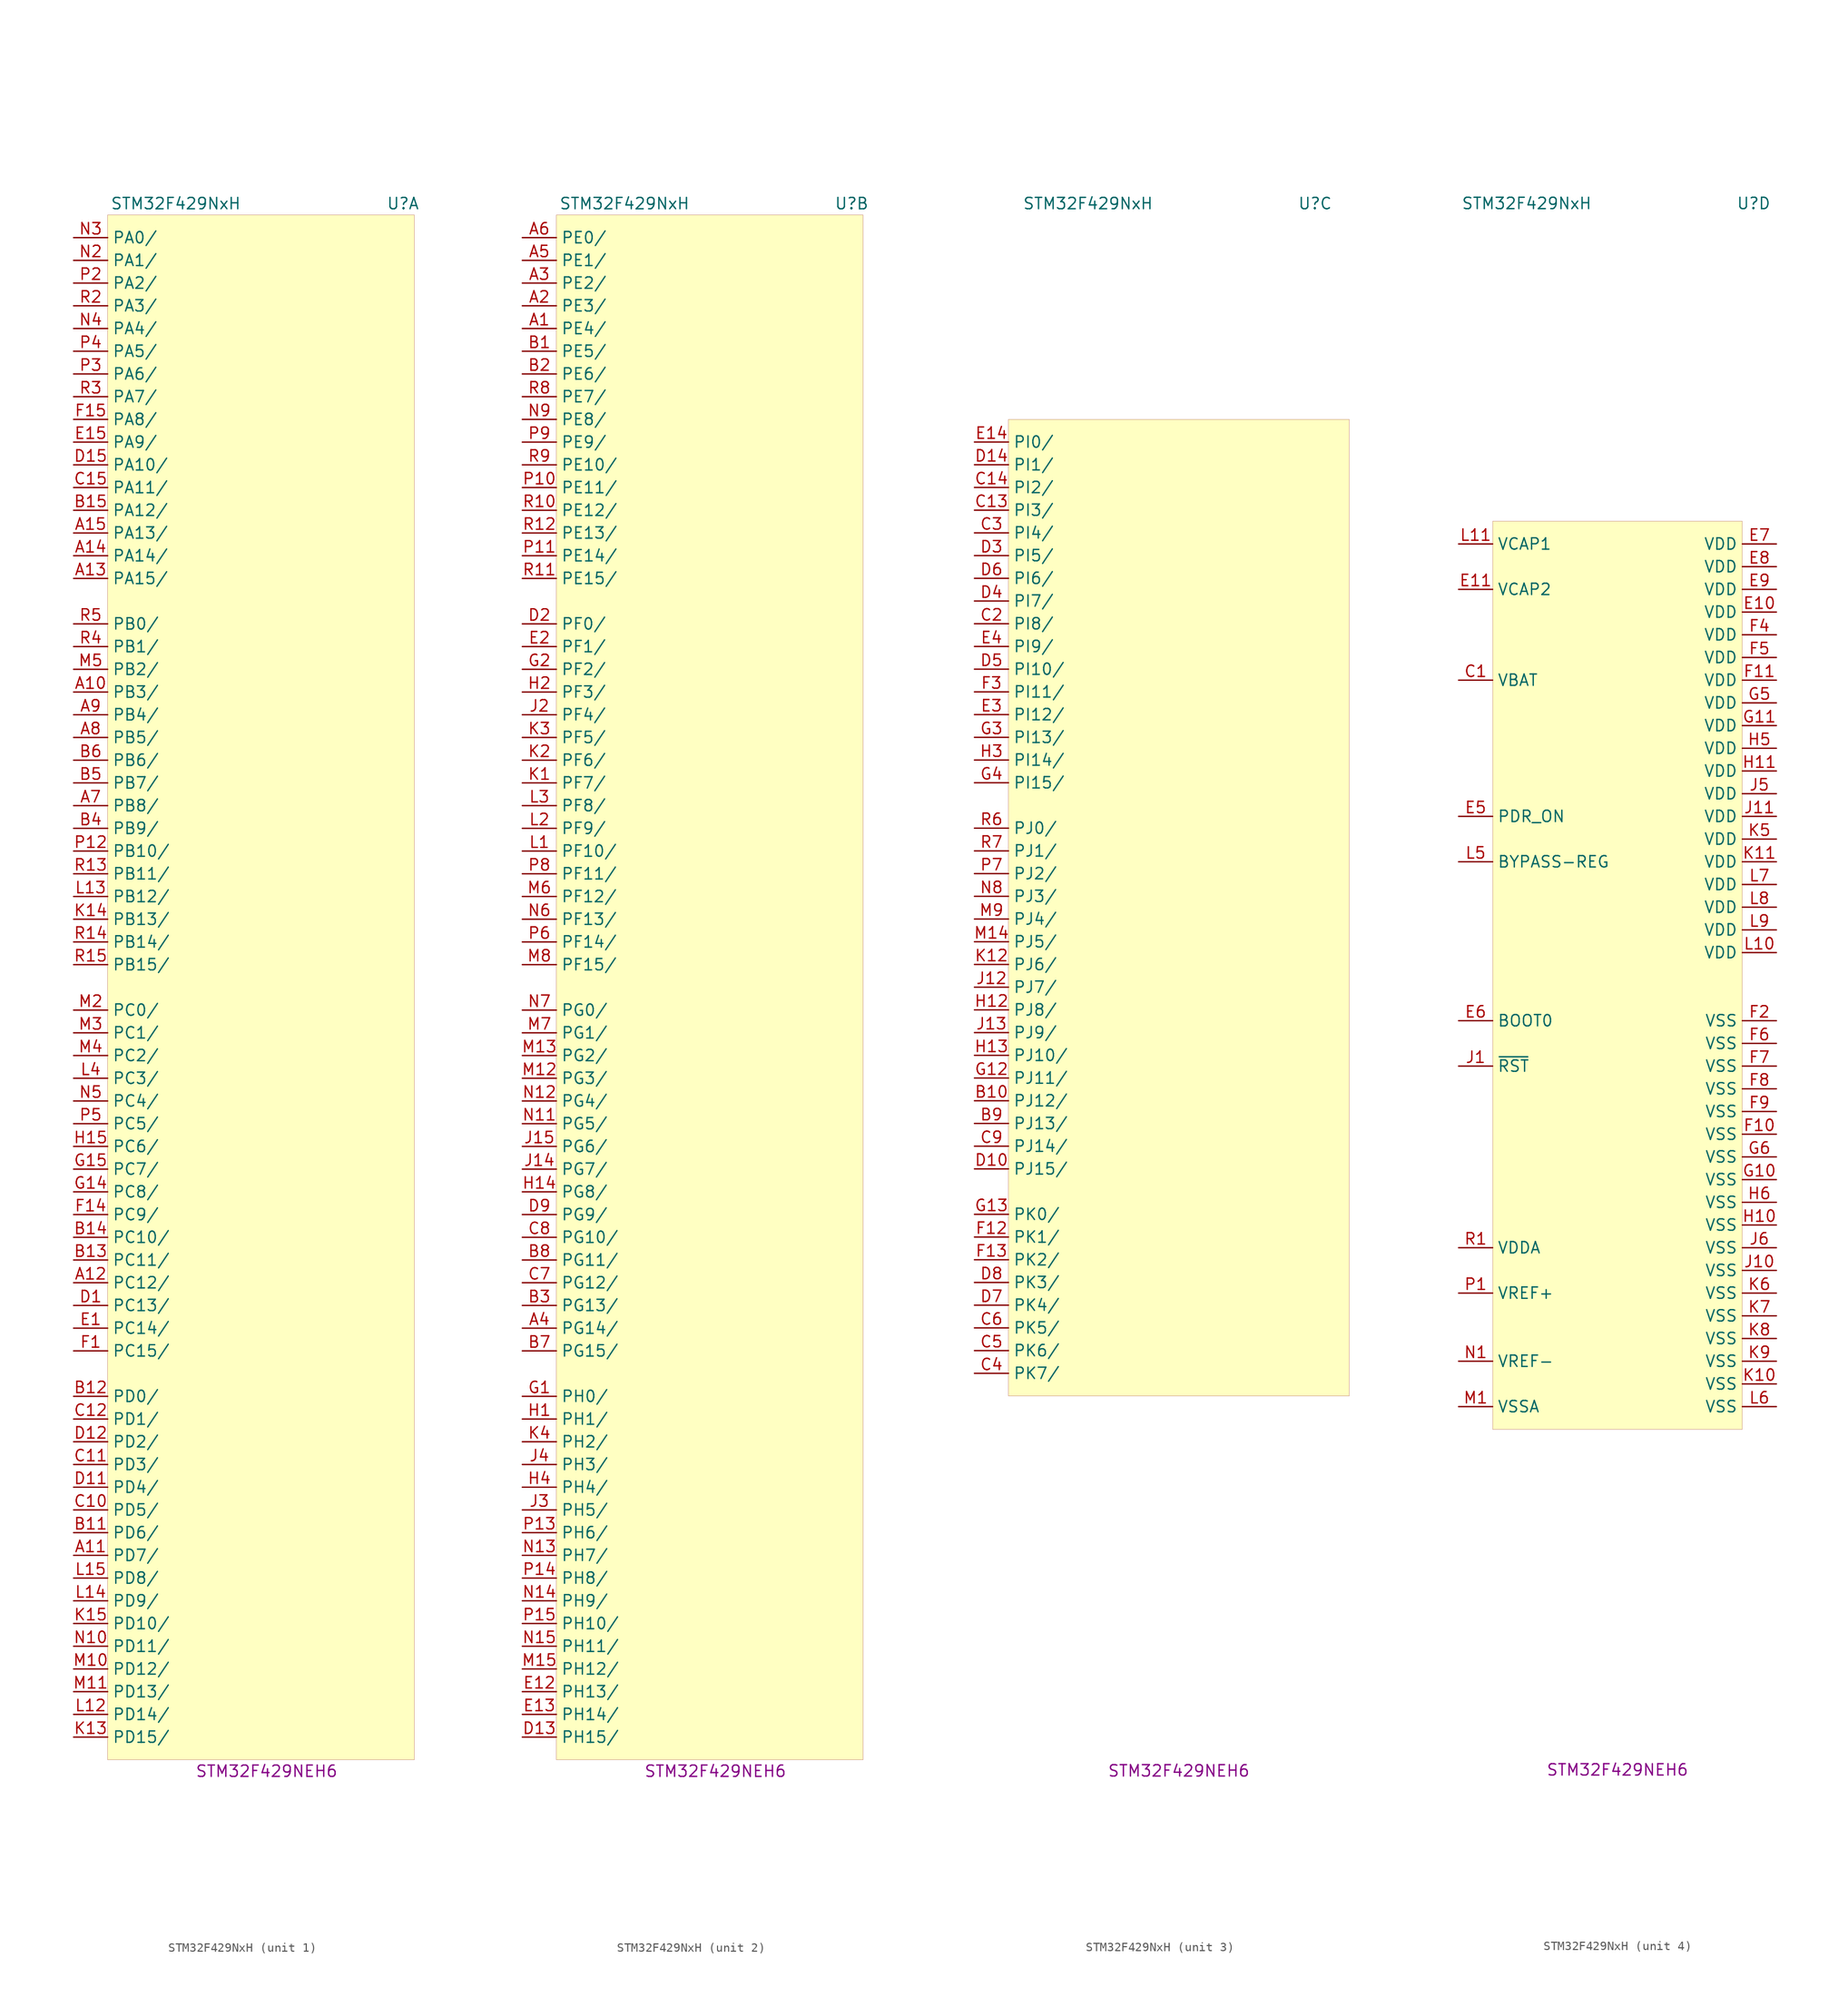
<source format=kicad_sym>
(kicad_symbol_lib
  (version 20231120)
  (generator "kicad_symbol_editor")
  (generator_version "8.0")
  (symbol "STM32F429NxH"
    (property "Reference" "U"
      (at 15.24 87.63 0)
      (effects (font (size 1.27 1.27))))
    (property "Value" "STM32F429NxH"
      (at -10.16 87.63 0)
      (effects (font (size 1.27 1.27))))
    (property "MPN" "STM32F429NEH6"
      (at 0 -87.63 0)
      (effects (font (size 1.27 1.27))))
    (property "ki_locked" ""
      (at 0 0 0)
      (effects (font (size 1.27 1.27))))
    (symbol "STM32F429NxH_1_1"
      (rectangle (start -17.78 86.36) (end 16.51 -86.36) (stroke (width 0.001) (type default)) (fill (type background)))
      (pin bidirectional line (at -21.59 33.02 0) (length 3.81) (name "PB3/" (effects (font (size 1.27 1.27)))) (number "A10" (effects (font (size 1.27 1.27)))))
      (pin bidirectional line (at -21.59 -63.5 0) (length 3.81) (name "PD7/" (effects (font (size 1.27 1.27)))) (number "A11" (effects (font (size 1.27 1.27)))))
      (pin bidirectional line (at -21.59 -33.02 0) (length 3.81) (name "PC12/" (effects (font (size 1.27 1.27)))) (number "A12" (effects (font (size 1.27 1.27)))))
      (pin bidirectional line (at -21.59 45.72 0) (length 3.81) (name "PA15/" (effects (font (size 1.27 1.27)))) (number "A13" (effects (font (size 1.27 1.27)))))
      (pin bidirectional line (at -21.59 48.26 0) (length 3.81) (name "PA14/" (effects (font (size 1.27 1.27)))) (number "A14" (effects (font (size 1.27 1.27)))))
      (pin bidirectional line (at -21.59 50.8 0) (length 3.81) (name "PA13/" (effects (font (size 1.27 1.27)))) (number "A15" (effects (font (size 1.27 1.27)))))
      (pin bidirectional line (at -21.59 20.32 0) (length 3.81) (name "PB8/" (effects (font (size 1.27 1.27)))) (number "A7" (effects (font (size 1.27 1.27)))))
      (pin bidirectional line (at -21.59 27.94 0) (length 3.81) (name "PB5/" (effects (font (size 1.27 1.27)))) (number "A8" (effects (font (size 1.27 1.27)))))
      (pin bidirectional line (at -21.59 30.48 0) (length 3.81) (name "PB4/" (effects (font (size 1.27 1.27)))) (number "A9" (effects (font (size 1.27 1.27)))))
      (pin bidirectional line (at -21.59 -60.96 0) (length 3.81) (name "PD6/" (effects (font (size 1.27 1.27)))) (number "B11" (effects (font (size 1.27 1.27)))))
      (pin bidirectional line (at -21.59 -45.72 0) (length 3.81) (name "PD0/" (effects (font (size 1.27 1.27)))) (number "B12" (effects (font (size 1.27 1.27)))))
      (pin bidirectional line (at -21.59 -30.48 0) (length 3.81) (name "PC11/" (effects (font (size 1.27 1.27)))) (number "B13" (effects (font (size 1.27 1.27)))))
      (pin bidirectional line (at -21.59 -27.94 0) (length 3.81) (name "PC10/" (effects (font (size 1.27 1.27)))) (number "B14" (effects (font (size 1.27 1.27)))))
      (pin bidirectional line (at -21.59 53.34 0) (length 3.81) (name "PA12/" (effects (font (size 1.27 1.27)))) (number "B15" (effects (font (size 1.27 1.27)))))
      (pin bidirectional line (at -21.59 17.78 0) (length 3.81) (name "PB9/" (effects (font (size 1.27 1.27)))) (number "B4" (effects (font (size 1.27 1.27)))))
      (pin bidirectional line (at -21.59 22.86 0) (length 3.81) (name "PB7/" (effects (font (size 1.27 1.27)))) (number "B5" (effects (font (size 1.27 1.27)))))
      (pin bidirectional line (at -21.59 25.4 0) (length 3.81) (name "PB6/" (effects (font (size 1.27 1.27)))) (number "B6" (effects (font (size 1.27 1.27)))))
      (pin bidirectional line (at -21.59 -58.42 0) (length 3.81) (name "PD5/" (effects (font (size 1.27 1.27)))) (number "C10" (effects (font (size 1.27 1.27)))))
      (pin bidirectional line (at -21.59 -53.34 0) (length 3.81) (name "PD3/" (effects (font (size 1.27 1.27)))) (number "C11" (effects (font (size 1.27 1.27)))))
      (pin bidirectional line (at -21.59 -48.26 0) (length 3.81) (name "PD1/" (effects (font (size 1.27 1.27)))) (number "C12" (effects (font (size 1.27 1.27)))))
      (pin bidirectional line (at -21.59 55.88 0) (length 3.81) (name "PA11/" (effects (font (size 1.27 1.27)))) (number "C15" (effects (font (size 1.27 1.27)))))
      (pin bidirectional line (at -21.59 -35.56 0) (length 3.81) (name "PC13/" (effects (font (size 1.27 1.27)))) (number "D1" (effects (font (size 1.27 1.27)))))
      (pin bidirectional line (at -21.59 -55.88 0) (length 3.81) (name "PD4/" (effects (font (size 1.27 1.27)))) (number "D11" (effects (font (size 1.27 1.27)))))
      (pin bidirectional line (at -21.59 -50.8 0) (length 3.81) (name "PD2/" (effects (font (size 1.27 1.27)))) (number "D12" (effects (font (size 1.27 1.27)))))
      (pin bidirectional line (at -21.59 58.42 0) (length 3.81) (name "PA10/" (effects (font (size 1.27 1.27)))) (number "D15" (effects (font (size 1.27 1.27)))))
      (pin bidirectional line (at -21.59 -38.1 0) (length 3.81) (name "PC14/" (effects (font (size 1.27 1.27)))) (number "E1" (effects (font (size 1.27 1.27)))))
      (pin bidirectional line (at -21.59 60.96 0) (length 3.81) (name "PA9/" (effects (font (size 1.27 1.27)))) (number "E15" (effects (font (size 1.27 1.27)))))
      (pin bidirectional line (at -21.59 -40.64 0) (length 3.81) (name "PC15/" (effects (font (size 1.27 1.27)))) (number "F1" (effects (font (size 1.27 1.27)))))
      (pin bidirectional line (at -21.59 -25.4 0) (length 3.81) (name "PC9/" (effects (font (size 1.27 1.27)))) (number "F14" (effects (font (size 1.27 1.27)))))
      (pin bidirectional line (at -21.59 63.5 0) (length 3.81) (name "PA8/" (effects (font (size 1.27 1.27)))) (number "F15" (effects (font (size 1.27 1.27)))))
      (pin bidirectional line (at -21.59 -22.86 0) (length 3.81) (name "PC8/" (effects (font (size 1.27 1.27)))) (number "G14" (effects (font (size 1.27 1.27)))))
      (pin bidirectional line (at -21.59 -20.32 0) (length 3.81) (name "PC7/" (effects (font (size 1.27 1.27)))) (number "G15" (effects (font (size 1.27 1.27)))))
      (pin bidirectional line (at -21.59 -17.78 0) (length 3.81) (name "PC6/" (effects (font (size 1.27 1.27)))) (number "H15" (effects (font (size 1.27 1.27)))))
      (pin bidirectional line (at -21.59 -83.82 0) (length 3.81) (name "PD15/" (effects (font (size 1.27 1.27)))) (number "K13" (effects (font (size 1.27 1.27)))))
      (pin bidirectional line (at -21.59 7.62 0) (length 3.81) (name "PB13/" (effects (font (size 1.27 1.27)))) (number "K14" (effects (font (size 1.27 1.27)))))
      (pin bidirectional line (at -21.59 -71.12 0) (length 3.81) (name "PD10/" (effects (font (size 1.27 1.27)))) (number "K15" (effects (font (size 1.27 1.27)))))
      (pin bidirectional line (at -21.59 -81.28 0) (length 3.81) (name "PD14/" (effects (font (size 1.27 1.27)))) (number "L12" (effects (font (size 1.27 1.27)))))
      (pin bidirectional line (at -21.59 10.16 0) (length 3.81) (name "PB12/" (effects (font (size 1.27 1.27)))) (number "L13" (effects (font (size 1.27 1.27)))))
      (pin bidirectional line (at -21.59 -68.58 0) (length 3.81) (name "PD9/" (effects (font (size 1.27 1.27)))) (number "L14" (effects (font (size 1.27 1.27)))))
      (pin bidirectional line (at -21.59 -66.04 0) (length 3.81) (name "PD8/" (effects (font (size 1.27 1.27)))) (number "L15" (effects (font (size 1.27 1.27)))))
      (pin bidirectional line (at -21.59 -10.16 0) (length 3.81) (name "PC3/" (effects (font (size 1.27 1.27)))) (number "L4" (effects (font (size 1.27 1.27)))))
      (pin bidirectional line (at -21.59 -76.2 0) (length 3.81) (name "PD12/" (effects (font (size 1.27 1.27)))) (number "M10" (effects (font (size 1.27 1.27)))))
      (pin bidirectional line (at -21.59 -78.74 0) (length 3.81) (name "PD13/" (effects (font (size 1.27 1.27)))) (number "M11" (effects (font (size 1.27 1.27)))))
      (pin bidirectional line (at -21.59 -2.54 0) (length 3.81) (name "PC0/" (effects (font (size 1.27 1.27)))) (number "M2" (effects (font (size 1.27 1.27)))))
      (pin bidirectional line (at -21.59 -5.08 0) (length 3.81) (name "PC1/" (effects (font (size 1.27 1.27)))) (number "M3" (effects (font (size 1.27 1.27)))))
      (pin bidirectional line (at -21.59 -7.62 0) (length 3.81) (name "PC2/" (effects (font (size 1.27 1.27)))) (number "M4" (effects (font (size 1.27 1.27)))))
      (pin bidirectional line (at -21.59 35.56 0) (length 3.81) (name "PB2/" (effects (font (size 1.27 1.27)))) (number "M5" (effects (font (size 1.27 1.27)))))
      (pin bidirectional line (at -21.59 -73.66 0) (length 3.81) (name "PD11/" (effects (font (size 1.27 1.27)))) (number "N10" (effects (font (size 1.27 1.27)))))
      (pin bidirectional line (at -21.59 81.28 0) (length 3.81) (name "PA1/" (effects (font (size 1.27 1.27)))) (number "N2" (effects (font (size 1.27 1.27)))))
      (pin bidirectional line (at -21.59 83.82 0) (length 3.81) (name "PA0/" (effects (font (size 1.27 1.27)))) (number "N3" (effects (font (size 1.27 1.27)))))
      (pin bidirectional line (at -21.59 73.66 0) (length 3.81) (name "PA4/" (effects (font (size 1.27 1.27)))) (number "N4" (effects (font (size 1.27 1.27)))))
      (pin bidirectional line (at -21.59 -12.7 0) (length 3.81) (name "PC4/" (effects (font (size 1.27 1.27)))) (number "N5" (effects (font (size 1.27 1.27)))))
      (pin bidirectional line (at -21.59 15.24 0) (length 3.81) (name "PB10/" (effects (font (size 1.27 1.27)))) (number "P12" (effects (font (size 1.27 1.27)))))
      (pin bidirectional line (at -21.59 78.74 0) (length 3.81) (name "PA2/" (effects (font (size 1.27 1.27)))) (number "P2" (effects (font (size 1.27 1.27)))))
      (pin bidirectional line (at -21.59 68.58 0) (length 3.81) (name "PA6/" (effects (font (size 1.27 1.27)))) (number "P3" (effects (font (size 1.27 1.27)))))
      (pin bidirectional line (at -21.59 71.12 0) (length 3.81) (name "PA5/" (effects (font (size 1.27 1.27)))) (number "P4" (effects (font (size 1.27 1.27)))))
      (pin bidirectional line (at -21.59 -15.24 0) (length 3.81) (name "PC5/" (effects (font (size 1.27 1.27)))) (number "P5" (effects (font (size 1.27 1.27)))))
      (pin bidirectional line (at -21.59 12.7 0) (length 3.81) (name "PB11/" (effects (font (size 1.27 1.27)))) (number "R13" (effects (font (size 1.27 1.27)))))
      (pin bidirectional line (at -21.59 5.08 0) (length 3.81) (name "PB14/" (effects (font (size 1.27 1.27)))) (number "R14" (effects (font (size 1.27 1.27)))))
      (pin bidirectional line (at -21.59 2.54 0) (length 3.81) (name "PB15/" (effects (font (size 1.27 1.27)))) (number "R15" (effects (font (size 1.27 1.27)))))
      (pin bidirectional line (at -21.59 76.2 0) (length 3.81) (name "PA3/" (effects (font (size 1.27 1.27)))) (number "R2" (effects (font (size 1.27 1.27)))))
      (pin bidirectional line (at -21.59 66.04 0) (length 3.81) (name "PA7/" (effects (font (size 1.27 1.27)))) (number "R3" (effects (font (size 1.27 1.27)))))
      (pin bidirectional line (at -21.59 38.1 0) (length 3.81) (name "PB1/" (effects (font (size 1.27 1.27)))) (number "R4" (effects (font (size 1.27 1.27)))))
      (pin bidirectional line (at -21.59 40.64 0) (length 3.81) (name "PB0/" (effects (font (size 1.27 1.27)))) (number "R5" (effects (font (size 1.27 1.27))))))
    (symbol "STM32F429NxH_2_1"
      (rectangle (start -17.78 86.36) (end 16.51 -86.36) (stroke (width 0.001) (type default)) (fill (type background)))
      (pin bidirectional line (at -21.59 73.66 0) (length 3.81) (name "PE4/" (effects (font (size 1.27 1.27)))) (number "A1" (effects (font (size 1.27 1.27)))))
      (pin bidirectional line (at -21.59 76.2 0) (length 3.81) (name "PE3/" (effects (font (size 1.27 1.27)))) (number "A2" (effects (font (size 1.27 1.27)))))
      (pin bidirectional line (at -21.59 78.74 0) (length 3.81) (name "PE2/" (effects (font (size 1.27 1.27)))) (number "A3" (effects (font (size 1.27 1.27)))))
      (pin bidirectional line (at -21.59 -38.1 0) (length 3.81) (name "PG14/" (effects (font (size 1.27 1.27)))) (number "A4" (effects (font (size 1.27 1.27)))))
      (pin bidirectional line (at -21.59 81.28 0) (length 3.81) (name "PE1/" (effects (font (size 1.27 1.27)))) (number "A5" (effects (font (size 1.27 1.27)))))
      (pin bidirectional line (at -21.59 83.82 0) (length 3.81) (name "PE0/" (effects (font (size 1.27 1.27)))) (number "A6" (effects (font (size 1.27 1.27)))))
      (pin bidirectional line (at -21.59 71.12 0) (length 3.81) (name "PE5/" (effects (font (size 1.27 1.27)))) (number "B1" (effects (font (size 1.27 1.27)))))
      (pin bidirectional line (at -21.59 68.58 0) (length 3.81) (name "PE6/" (effects (font (size 1.27 1.27)))) (number "B2" (effects (font (size 1.27 1.27)))))
      (pin bidirectional line (at -21.59 -35.56 0) (length 3.81) (name "PG13/" (effects (font (size 1.27 1.27)))) (number "B3" (effects (font (size 1.27 1.27)))))
      (pin bidirectional line (at -21.59 -40.64 0) (length 3.81) (name "PG15/" (effects (font (size 1.27 1.27)))) (number "B7" (effects (font (size 1.27 1.27)))))
      (pin bidirectional line (at -21.59 -30.48 0) (length 3.81) (name "PG11/" (effects (font (size 1.27 1.27)))) (number "B8" (effects (font (size 1.27 1.27)))))
      (pin bidirectional line (at -21.59 -33.02 0) (length 3.81) (name "PG12/" (effects (font (size 1.27 1.27)))) (number "C7" (effects (font (size 1.27 1.27)))))
      (pin bidirectional line (at -21.59 -27.94 0) (length 3.81) (name "PG10/" (effects (font (size 1.27 1.27)))) (number "C8" (effects (font (size 1.27 1.27)))))
      (pin bidirectional line (at -21.59 -83.82 0) (length 3.81) (name "PH15/" (effects (font (size 1.27 1.27)))) (number "D13" (effects (font (size 1.27 1.27)))))
      (pin bidirectional line (at -21.59 40.64 0) (length 3.81) (name "PF0/" (effects (font (size 1.27 1.27)))) (number "D2" (effects (font (size 1.27 1.27)))))
      (pin bidirectional line (at -21.59 -25.4 0) (length 3.81) (name "PG9/" (effects (font (size 1.27 1.27)))) (number "D9" (effects (font (size 1.27 1.27)))))
      (pin bidirectional line (at -21.59 -78.74 0) (length 3.81) (name "PH13/" (effects (font (size 1.27 1.27)))) (number "E12" (effects (font (size 1.27 1.27)))))
      (pin bidirectional line (at -21.59 -81.28 0) (length 3.81) (name "PH14/" (effects (font (size 1.27 1.27)))) (number "E13" (effects (font (size 1.27 1.27)))))
      (pin bidirectional line (at -21.59 38.1 0) (length 3.81) (name "PF1/" (effects (font (size 1.27 1.27)))) (number "E2" (effects (font (size 1.27 1.27)))))
      (pin bidirectional line (at -21.59 -45.72 0) (length 3.81) (name "PH0/" (effects (font (size 1.27 1.27)))) (number "G1" (effects (font (size 1.27 1.27)))))
      (pin bidirectional line (at -21.59 35.56 0) (length 3.81) (name "PF2/" (effects (font (size 1.27 1.27)))) (number "G2" (effects (font (size 1.27 1.27)))))
      (pin bidirectional line (at -21.59 -48.26 0) (length 3.81) (name "PH1/" (effects (font (size 1.27 1.27)))) (number "H1" (effects (font (size 1.27 1.27)))))
      (pin bidirectional line (at -21.59 -22.86 0) (length 3.81) (name "PG8/" (effects (font (size 1.27 1.27)))) (number "H14" (effects (font (size 1.27 1.27)))))
      (pin bidirectional line (at -21.59 33.02 0) (length 3.81) (name "PF3/" (effects (font (size 1.27 1.27)))) (number "H2" (effects (font (size 1.27 1.27)))))
      (pin bidirectional line (at -21.59 -55.88 0) (length 3.81) (name "PH4/" (effects (font (size 1.27 1.27)))) (number "H4" (effects (font (size 1.27 1.27)))))
      (pin bidirectional line (at -21.59 -20.32 0) (length 3.81) (name "PG7/" (effects (font (size 1.27 1.27)))) (number "J14" (effects (font (size 1.27 1.27)))))
      (pin bidirectional line (at -21.59 -17.78 0) (length 3.81) (name "PG6/" (effects (font (size 1.27 1.27)))) (number "J15" (effects (font (size 1.27 1.27)))))
      (pin bidirectional line (at -21.59 30.48 0) (length 3.81) (name "PF4/" (effects (font (size 1.27 1.27)))) (number "J2" (effects (font (size 1.27 1.27)))))
      (pin bidirectional line (at -21.59 -58.42 0) (length 3.81) (name "PH5/" (effects (font (size 1.27 1.27)))) (number "J3" (effects (font (size 1.27 1.27)))))
      (pin bidirectional line (at -21.59 -53.34 0) (length 3.81) (name "PH3/" (effects (font (size 1.27 1.27)))) (number "J4" (effects (font (size 1.27 1.27)))))
      (pin bidirectional line (at -21.59 22.86 0) (length 3.81) (name "PF7/" (effects (font (size 1.27 1.27)))) (number "K1" (effects (font (size 1.27 1.27)))))
      (pin bidirectional line (at -21.59 25.4 0) (length 3.81) (name "PF6/" (effects (font (size 1.27 1.27)))) (number "K2" (effects (font (size 1.27 1.27)))))
      (pin bidirectional line (at -21.59 27.94 0) (length 3.81) (name "PF5/" (effects (font (size 1.27 1.27)))) (number "K3" (effects (font (size 1.27 1.27)))))
      (pin bidirectional line (at -21.59 -50.8 0) (length 3.81) (name "PH2/" (effects (font (size 1.27 1.27)))) (number "K4" (effects (font (size 1.27 1.27)))))
      (pin bidirectional line (at -21.59 15.24 0) (length 3.81) (name "PF10/" (effects (font (size 1.27 1.27)))) (number "L1" (effects (font (size 1.27 1.27)))))
      (pin bidirectional line (at -21.59 17.78 0) (length 3.81) (name "PF9/" (effects (font (size 1.27 1.27)))) (number "L2" (effects (font (size 1.27 1.27)))))
      (pin bidirectional line (at -21.59 20.32 0) (length 3.81) (name "PF8/" (effects (font (size 1.27 1.27)))) (number "L3" (effects (font (size 1.27 1.27)))))
      (pin bidirectional line (at -21.59 -10.16 0) (length 3.81) (name "PG3/" (effects (font (size 1.27 1.27)))) (number "M12" (effects (font (size 1.27 1.27)))))
      (pin bidirectional line (at -21.59 -7.62 0) (length 3.81) (name "PG2/" (effects (font (size 1.27 1.27)))) (number "M13" (effects (font (size 1.27 1.27)))))
      (pin bidirectional line (at -21.59 -76.2 0) (length 3.81) (name "PH12/" (effects (font (size 1.27 1.27)))) (number "M15" (effects (font (size 1.27 1.27)))))
      (pin bidirectional line (at -21.59 10.16 0) (length 3.81) (name "PF12/" (effects (font (size 1.27 1.27)))) (number "M6" (effects (font (size 1.27 1.27)))))
      (pin bidirectional line (at -21.59 -5.08 0) (length 3.81) (name "PG1/" (effects (font (size 1.27 1.27)))) (number "M7" (effects (font (size 1.27 1.27)))))
      (pin bidirectional line (at -21.59 2.54 0) (length 3.81) (name "PF15/" (effects (font (size 1.27 1.27)))) (number "M8" (effects (font (size 1.27 1.27)))))
      (pin bidirectional line (at -21.59 -15.24 0) (length 3.81) (name "PG5/" (effects (font (size 1.27 1.27)))) (number "N11" (effects (font (size 1.27 1.27)))))
      (pin bidirectional line (at -21.59 -12.7 0) (length 3.81) (name "PG4/" (effects (font (size 1.27 1.27)))) (number "N12" (effects (font (size 1.27 1.27)))))
      (pin bidirectional line (at -21.59 -63.5 0) (length 3.81) (name "PH7/" (effects (font (size 1.27 1.27)))) (number "N13" (effects (font (size 1.27 1.27)))))
      (pin bidirectional line (at -21.59 -68.58 0) (length 3.81) (name "PH9/" (effects (font (size 1.27 1.27)))) (number "N14" (effects (font (size 1.27 1.27)))))
      (pin bidirectional line (at -21.59 -73.66 0) (length 3.81) (name "PH11/" (effects (font (size 1.27 1.27)))) (number "N15" (effects (font (size 1.27 1.27)))))
      (pin bidirectional line (at -21.59 7.62 0) (length 3.81) (name "PF13/" (effects (font (size 1.27 1.27)))) (number "N6" (effects (font (size 1.27 1.27)))))
      (pin bidirectional line (at -21.59 -2.54 0) (length 3.81) (name "PG0/" (effects (font (size 1.27 1.27)))) (number "N7" (effects (font (size 1.27 1.27)))))
      (pin bidirectional line (at -21.59 63.5 0) (length 3.81) (name "PE8/" (effects (font (size 1.27 1.27)))) (number "N9" (effects (font (size 1.27 1.27)))))
      (pin bidirectional line (at -21.59 55.88 0) (length 3.81) (name "PE11/" (effects (font (size 1.27 1.27)))) (number "P10" (effects (font (size 1.27 1.27)))))
      (pin bidirectional line (at -21.59 48.26 0) (length 3.81) (name "PE14/" (effects (font (size 1.27 1.27)))) (number "P11" (effects (font (size 1.27 1.27)))))
      (pin bidirectional line (at -21.59 -60.96 0) (length 3.81) (name "PH6/" (effects (font (size 1.27 1.27)))) (number "P13" (effects (font (size 1.27 1.27)))))
      (pin bidirectional line (at -21.59 -66.04 0) (length 3.81) (name "PH8/" (effects (font (size 1.27 1.27)))) (number "P14" (effects (font (size 1.27 1.27)))))
      (pin bidirectional line (at -21.59 -71.12 0) (length 3.81) (name "PH10/" (effects (font (size 1.27 1.27)))) (number "P15" (effects (font (size 1.27 1.27)))))
      (pin bidirectional line (at -21.59 5.08 0) (length 3.81) (name "PF14/" (effects (font (size 1.27 1.27)))) (number "P6" (effects (font (size 1.27 1.27)))))
      (pin bidirectional line (at -21.59 12.7 0) (length 3.81) (name "PF11/" (effects (font (size 1.27 1.27)))) (number "P8" (effects (font (size 1.27 1.27)))))
      (pin bidirectional line (at -21.59 60.96 0) (length 3.81) (name "PE9/" (effects (font (size 1.27 1.27)))) (number "P9" (effects (font (size 1.27 1.27)))))
      (pin bidirectional line (at -21.59 53.34 0) (length 3.81) (name "PE12/" (effects (font (size 1.27 1.27)))) (number "R10" (effects (font (size 1.27 1.27)))))
      (pin bidirectional line (at -21.59 45.72 0) (length 3.81) (name "PE15/" (effects (font (size 1.27 1.27)))) (number "R11" (effects (font (size 1.27 1.27)))))
      (pin bidirectional line (at -21.59 50.8 0) (length 3.81) (name "PE13/" (effects (font (size 1.27 1.27)))) (number "R12" (effects (font (size 1.27 1.27)))))
      (pin bidirectional line (at -21.59 66.04 0) (length 3.81) (name "PE7/" (effects (font (size 1.27 1.27)))) (number "R8" (effects (font (size 1.27 1.27)))))
      (pin bidirectional line (at -21.59 58.42 0) (length 3.81) (name "PE10/" (effects (font (size 1.27 1.27)))) (number "R9" (effects (font (size 1.27 1.27))))))
    (symbol "STM32F429NxH_3_1"
      (rectangle (start -19.05 63.5) (end 19.05 -45.72) (stroke (width 0.001) (type default)) (fill (type background)))
      (pin bidirectional line (at -22.86 -12.7 0) (length 3.81) (name "PJ12/" (effects (font (size 1.27 1.27)))) (number "B10" (effects (font (size 1.27 1.27)))))
      (pin bidirectional line (at -22.86 -15.24 0) (length 3.81) (name "PJ13/" (effects (font (size 1.27 1.27)))) (number "B9" (effects (font (size 1.27 1.27)))))
      (pin bidirectional line (at -22.86 53.34 0) (length 3.81) (name "PI3/" (effects (font (size 1.27 1.27)))) (number "C13" (effects (font (size 1.27 1.27)))))
      (pin bidirectional line (at -22.86 55.88 0) (length 3.81) (name "PI2/" (effects (font (size 1.27 1.27)))) (number "C14" (effects (font (size 1.27 1.27)))))
      (pin bidirectional line (at -22.86 40.64 0) (length 3.81) (name "PI8/" (effects (font (size 1.27 1.27)))) (number "C2" (effects (font (size 1.27 1.27)))))
      (pin bidirectional line (at -22.86 50.8 0) (length 3.81) (name "PI4/" (effects (font (size 1.27 1.27)))) (number "C3" (effects (font (size 1.27 1.27)))))
      (pin bidirectional line (at -22.86 -43.18 0) (length 3.81) (name "PK7/" (effects (font (size 1.27 1.27)))) (number "C4" (effects (font (size 1.27 1.27)))))
      (pin bidirectional line (at -22.86 -40.64 0) (length 3.81) (name "PK6/" (effects (font (size 1.27 1.27)))) (number "C5" (effects (font (size 1.27 1.27)))))
      (pin bidirectional line (at -22.86 -38.1 0) (length 3.81) (name "PK5/" (effects (font (size 1.27 1.27)))) (number "C6" (effects (font (size 1.27 1.27)))))
      (pin bidirectional line (at -22.86 -17.78 0) (length 3.81) (name "PJ14/" (effects (font (size 1.27 1.27)))) (number "C9" (effects (font (size 1.27 1.27)))))
      (pin bidirectional line (at -22.86 -20.32 0) (length 3.81) (name "PJ15/" (effects (font (size 1.27 1.27)))) (number "D10" (effects (font (size 1.27 1.27)))))
      (pin bidirectional line (at -22.86 58.42 0) (length 3.81) (name "PI1/" (effects (font (size 1.27 1.27)))) (number "D14" (effects (font (size 1.27 1.27)))))
      (pin bidirectional line (at -22.86 48.26 0) (length 3.81) (name "PI5/" (effects (font (size 1.27 1.27)))) (number "D3" (effects (font (size 1.27 1.27)))))
      (pin bidirectional line (at -22.86 43.18 0) (length 3.81) (name "PI7/" (effects (font (size 1.27 1.27)))) (number "D4" (effects (font (size 1.27 1.27)))))
      (pin bidirectional line (at -22.86 35.56 0) (length 3.81) (name "PI10/" (effects (font (size 1.27 1.27)))) (number "D5" (effects (font (size 1.27 1.27)))))
      (pin bidirectional line (at -22.86 45.72 0) (length 3.81) (name "PI6/" (effects (font (size 1.27 1.27)))) (number "D6" (effects (font (size 1.27 1.27)))))
      (pin bidirectional line (at -22.86 -35.56 0) (length 3.81) (name "PK4/" (effects (font (size 1.27 1.27)))) (number "D7" (effects (font (size 1.27 1.27)))))
      (pin bidirectional line (at -22.86 -33.02 0) (length 3.81) (name "PK3/" (effects (font (size 1.27 1.27)))) (number "D8" (effects (font (size 1.27 1.27)))))
      (pin bidirectional line (at -22.86 60.96 0) (length 3.81) (name "PI0/" (effects (font (size 1.27 1.27)))) (number "E14" (effects (font (size 1.27 1.27)))))
      (pin bidirectional line (at -22.86 30.48 0) (length 3.81) (name "PI12/" (effects (font (size 1.27 1.27)))) (number "E3" (effects (font (size 1.27 1.27)))))
      (pin bidirectional line (at -22.86 38.1 0) (length 3.81) (name "PI9/" (effects (font (size 1.27 1.27)))) (number "E4" (effects (font (size 1.27 1.27)))))
      (pin bidirectional line (at -22.86 -27.94 0) (length 3.81) (name "PK1/" (effects (font (size 1.27 1.27)))) (number "F12" (effects (font (size 1.27 1.27)))))
      (pin bidirectional line (at -22.86 -30.48 0) (length 3.81) (name "PK2/" (effects (font (size 1.27 1.27)))) (number "F13" (effects (font (size 1.27 1.27)))))
      (pin bidirectional line (at -22.86 33.02 0) (length 3.81) (name "PI11/" (effects (font (size 1.27 1.27)))) (number "F3" (effects (font (size 1.27 1.27)))))
      (pin bidirectional line (at -22.86 -10.16 0) (length 3.81) (name "PJ11/" (effects (font (size 1.27 1.27)))) (number "G12" (effects (font (size 1.27 1.27)))))
      (pin bidirectional line (at -22.86 -25.4 0) (length 3.81) (name "PK0/" (effects (font (size 1.27 1.27)))) (number "G13" (effects (font (size 1.27 1.27)))))
      (pin bidirectional line (at -22.86 27.94 0) (length 3.81) (name "PI13/" (effects (font (size 1.27 1.27)))) (number "G3" (effects (font (size 1.27 1.27)))))
      (pin bidirectional line (at -22.86 22.86 0) (length 3.81) (name "PI15/" (effects (font (size 1.27 1.27)))) (number "G4" (effects (font (size 1.27 1.27)))))
      (pin bidirectional line (at -22.86 -2.54 0) (length 3.81) (name "PJ8/" (effects (font (size 1.27 1.27)))) (number "H12" (effects (font (size 1.27 1.27)))))
      (pin bidirectional line (at -22.86 -7.62 0) (length 3.81) (name "PJ10/" (effects (font (size 1.27 1.27)))) (number "H13" (effects (font (size 1.27 1.27)))))
      (pin bidirectional line (at -22.86 25.4 0) (length 3.81) (name "PI14/" (effects (font (size 1.27 1.27)))) (number "H3" (effects (font (size 1.27 1.27)))))
      (pin bidirectional line (at -22.86 0 0) (length 3.81) (name "PJ7/" (effects (font (size 1.27 1.27)))) (number "J12" (effects (font (size 1.27 1.27)))))
      (pin bidirectional line (at -22.86 -5.08 0) (length 3.81) (name "PJ9/" (effects (font (size 1.27 1.27)))) (number "J13" (effects (font (size 1.27 1.27)))))
      (pin bidirectional line (at -22.86 2.54 0) (length 3.81) (name "PJ6/" (effects (font (size 1.27 1.27)))) (number "K12" (effects (font (size 1.27 1.27)))))
      (pin bidirectional line (at -22.86 5.08 0) (length 3.81) (name "PJ5/" (effects (font (size 1.27 1.27)))) (number "M14" (effects (font (size 1.27 1.27)))))
      (pin bidirectional line (at -22.86 7.62 0) (length 3.81) (name "PJ4/" (effects (font (size 1.27 1.27)))) (number "M9" (effects (font (size 1.27 1.27)))))
      (pin bidirectional line (at -22.86 10.16 0) (length 3.81) (name "PJ3/" (effects (font (size 1.27 1.27)))) (number "N8" (effects (font (size 1.27 1.27)))))
      (pin bidirectional line (at -22.86 12.7 0) (length 3.81) (name "PJ2/" (effects (font (size 1.27 1.27)))) (number "P7" (effects (font (size 1.27 1.27)))))
      (pin bidirectional line (at -22.86 17.78 0) (length 3.81) (name "PJ0/" (effects (font (size 1.27 1.27)))) (number "R6" (effects (font (size 1.27 1.27)))))
      (pin bidirectional line (at -22.86 15.24 0) (length 3.81) (name "PJ1/" (effects (font (size 1.27 1.27)))) (number "R7" (effects (font (size 1.27 1.27))))))
    (symbol "STM32F429NxH_4_1"
      (rectangle (start -13.97 52.07) (end 13.97 -49.53) (stroke (width 0.001) (type default)) (fill (type background)))
      (pin power_in line (at -17.78 34.29 0) (length 3.81) (name "VBAT" (effects (font (size 1.27 1.27)))) (number "C1" (effects (font (size 1.27 1.27)))))
      (pin power_in line (at 17.78 41.91 180) (length 3.81) (name "VDD" (effects (font (size 1.27 1.27)))) (number "E10" (effects (font (size 1.27 1.27)))))
      (pin power_in line (at -17.78 44.45 0) (length 3.81) (name "VCAP2" (effects (font (size 1.27 1.27)))) (number "E11" (effects (font (size 1.27 1.27)))))
      (pin input line (at -17.78 19.05 0) (length 3.81) (name "PDR_ON" (effects (font (size 1.27 1.27)))) (number "E5" (effects (font (size 1.27 1.27)))))
      (pin input line (at -17.78 -3.81 0) (length 3.81) (name "BOOT0" (effects (font (size 1.27 1.27)))) (number "E6" (effects (font (size 1.27 1.27)))))
      (pin power_in line (at 17.78 49.53 180) (length 3.81) (name "VDD" (effects (font (size 1.27 1.27)))) (number "E7" (effects (font (size 1.27 1.27)))))
      (pin power_in line (at 17.78 46.99 180) (length 3.81) (name "VDD" (effects (font (size 1.27 1.27)))) (number "E8" (effects (font (size 1.27 1.27)))))
      (pin power_in line (at 17.78 44.45 180) (length 3.81) (name "VDD" (effects (font (size 1.27 1.27)))) (number "E9" (effects (font (size 1.27 1.27)))))
      (pin power_in line (at 17.78 -16.51 180) (length 3.81) (name "VSS" (effects (font (size 1.27 1.27)))) (number "F10" (effects (font (size 1.27 1.27)))))
      (pin power_in line (at 17.78 34.29 180) (length 3.81) (name "VDD" (effects (font (size 1.27 1.27)))) (number "F11" (effects (font (size 1.27 1.27)))))
      (pin power_in line (at 17.78 -3.81 180) (length 3.81) (name "VSS" (effects (font (size 1.27 1.27)))) (number "F2" (effects (font (size 1.27 1.27)))))
      (pin power_in line (at 17.78 39.37 180) (length 3.81) (name "VDD" (effects (font (size 1.27 1.27)))) (number "F4" (effects (font (size 1.27 1.27)))))
      (pin power_in line (at 17.78 36.83 180) (length 3.81) (name "VDD" (effects (font (size 1.27 1.27)))) (number "F5" (effects (font (size 1.27 1.27)))))
      (pin power_in line (at 17.78 -6.35 180) (length 3.81) (name "VSS" (effects (font (size 1.27 1.27)))) (number "F6" (effects (font (size 1.27 1.27)))))
      (pin power_in line (at 17.78 -8.89 180) (length 3.81) (name "VSS" (effects (font (size 1.27 1.27)))) (number "F7" (effects (font (size 1.27 1.27)))))
      (pin power_in line (at 17.78 -11.43 180) (length 3.81) (name "VSS" (effects (font (size 1.27 1.27)))) (number "F8" (effects (font (size 1.27 1.27)))))
      (pin power_in line (at 17.78 -13.97 180) (length 3.81) (name "VSS" (effects (font (size 1.27 1.27)))) (number "F9" (effects (font (size 1.27 1.27)))))
      (pin power_in line (at 17.78 -21.59 180) (length 3.81) (name "VSS" (effects (font (size 1.27 1.27)))) (number "G10" (effects (font (size 1.27 1.27)))))
      (pin power_in line (at 17.78 29.21 180) (length 3.81) (name "VDD" (effects (font (size 1.27 1.27)))) (number "G11" (effects (font (size 1.27 1.27)))))
      (pin power_in line (at 17.78 31.75 180) (length 3.81) (name "VDD" (effects (font (size 1.27 1.27)))) (number "G5" (effects (font (size 1.27 1.27)))))
      (pin power_in line (at 17.78 -19.05 180) (length 3.81) (name "VSS" (effects (font (size 1.27 1.27)))) (number "G6" (effects (font (size 1.27 1.27)))))
      (pin power_in line (at 17.78 -26.67 180) (length 3.81) (name "VSS" (effects (font (size 1.27 1.27)))) (number "H10" (effects (font (size 1.27 1.27)))))
      (pin power_in line (at 17.78 24.13 180) (length 3.81) (name "VDD" (effects (font (size 1.27 1.27)))) (number "H11" (effects (font (size 1.27 1.27)))))
      (pin power_in line (at 17.78 26.67 180) (length 3.81) (name "VDD" (effects (font (size 1.27 1.27)))) (number "H5" (effects (font (size 1.27 1.27)))))
      (pin power_in line (at 17.78 -24.13 180) (length 3.81) (name "VSS" (effects (font (size 1.27 1.27)))) (number "H6" (effects (font (size 1.27 1.27)))))
      (pin input line (at -17.78 -8.89 0) (length 3.81) (name "~{RST}" (effects (font (size 1.27 1.27)))) (number "J1" (effects (font (size 1.27 1.27)))))
      (pin power_in line (at 17.78 -31.75 180) (length 3.81) (name "VSS" (effects (font (size 1.27 1.27)))) (number "J10" (effects (font (size 1.27 1.27)))))
      (pin power_in line (at 17.78 19.05 180) (length 3.81) (name "VDD" (effects (font (size 1.27 1.27)))) (number "J11" (effects (font (size 1.27 1.27)))))
      (pin power_in line (at 17.78 21.59 180) (length 3.81) (name "VDD" (effects (font (size 1.27 1.27)))) (number "J5" (effects (font (size 1.27 1.27)))))
      (pin power_in line (at 17.78 -29.21 180) (length 3.81) (name "VSS" (effects (font (size 1.27 1.27)))) (number "J6" (effects (font (size 1.27 1.27)))))
      (pin power_in line (at 17.78 -44.45 180) (length 3.81) (name "VSS" (effects (font (size 1.27 1.27)))) (number "K10" (effects (font (size 1.27 1.27)))))
      (pin power_in line (at 17.78 13.97 180) (length 3.81) (name "VDD" (effects (font (size 1.27 1.27)))) (number "K11" (effects (font (size 1.27 1.27)))))
      (pin power_in line (at 17.78 16.51 180) (length 3.81) (name "VDD" (effects (font (size 1.27 1.27)))) (number "K5" (effects (font (size 1.27 1.27)))))
      (pin power_in line (at 17.78 -34.29 180) (length 3.81) (name "VSS" (effects (font (size 1.27 1.27)))) (number "K6" (effects (font (size 1.27 1.27)))))
      (pin power_in line (at 17.78 -36.83 180) (length 3.81) (name "VSS" (effects (font (size 1.27 1.27)))) (number "K7" (effects (font (size 1.27 1.27)))))
      (pin power_in line (at 17.78 -39.37 180) (length 3.81) (name "VSS" (effects (font (size 1.27 1.27)))) (number "K8" (effects (font (size 1.27 1.27)))))
      (pin power_in line (at 17.78 -41.91 180) (length 3.81) (name "VSS" (effects (font (size 1.27 1.27)))) (number "K9" (effects (font (size 1.27 1.27)))))
      (pin power_in line (at 17.78 3.81 180) (length 3.81) (name "VDD" (effects (font (size 1.27 1.27)))) (number "L10" (effects (font (size 1.27 1.27)))))
      (pin power_in line (at -17.78 49.53 0) (length 3.81) (name "VCAP1" (effects (font (size 1.27 1.27)))) (number "L11" (effects (font (size 1.27 1.27)))))
      (pin input line (at -17.78 13.97 0) (length 3.81) (name "BYPASS-REG" (effects (font (size 1.27 1.27)))) (number "L5" (effects (font (size 1.27 1.27)))))
      (pin power_in line (at 17.78 -46.99 180) (length 3.81) (name "VSS" (effects (font (size 1.27 1.27)))) (number "L6" (effects (font (size 1.27 1.27)))))
      (pin power_in line (at 17.78 11.43 180) (length 3.81) (name "VDD" (effects (font (size 1.27 1.27)))) (number "L7" (effects (font (size 1.27 1.27)))))
      (pin power_in line (at 17.78 8.89 180) (length 3.81) (name "VDD" (effects (font (size 1.27 1.27)))) (number "L8" (effects (font (size 1.27 1.27)))))
      (pin power_in line (at 17.78 6.35 180) (length 3.81) (name "VDD" (effects (font (size 1.27 1.27)))) (number "L9" (effects (font (size 1.27 1.27)))))
      (pin power_in line (at -17.78 -46.99 0) (length 3.81) (name "VSSA" (effects (font (size 1.27 1.27)))) (number "M1" (effects (font (size 1.27 1.27)))))
      (pin power_in line (at -17.78 -41.91 0) (length 3.81) (name "VREF-" (effects (font (size 1.27 1.27)))) (number "N1" (effects (font (size 1.27 1.27)))))
      (pin power_in line (at -17.78 -34.29 0) (length 3.81) (name "VREF+" (effects (font (size 1.27 1.27)))) (number "P1" (effects (font (size 1.27 1.27)))))
      (pin power_in line (at -17.78 -29.21 0) (length 3.81) (name "VDDA" (effects (font (size 1.27 1.27)))) (number "R1" (effects (font (size 1.27 1.27))))))))
</source>
